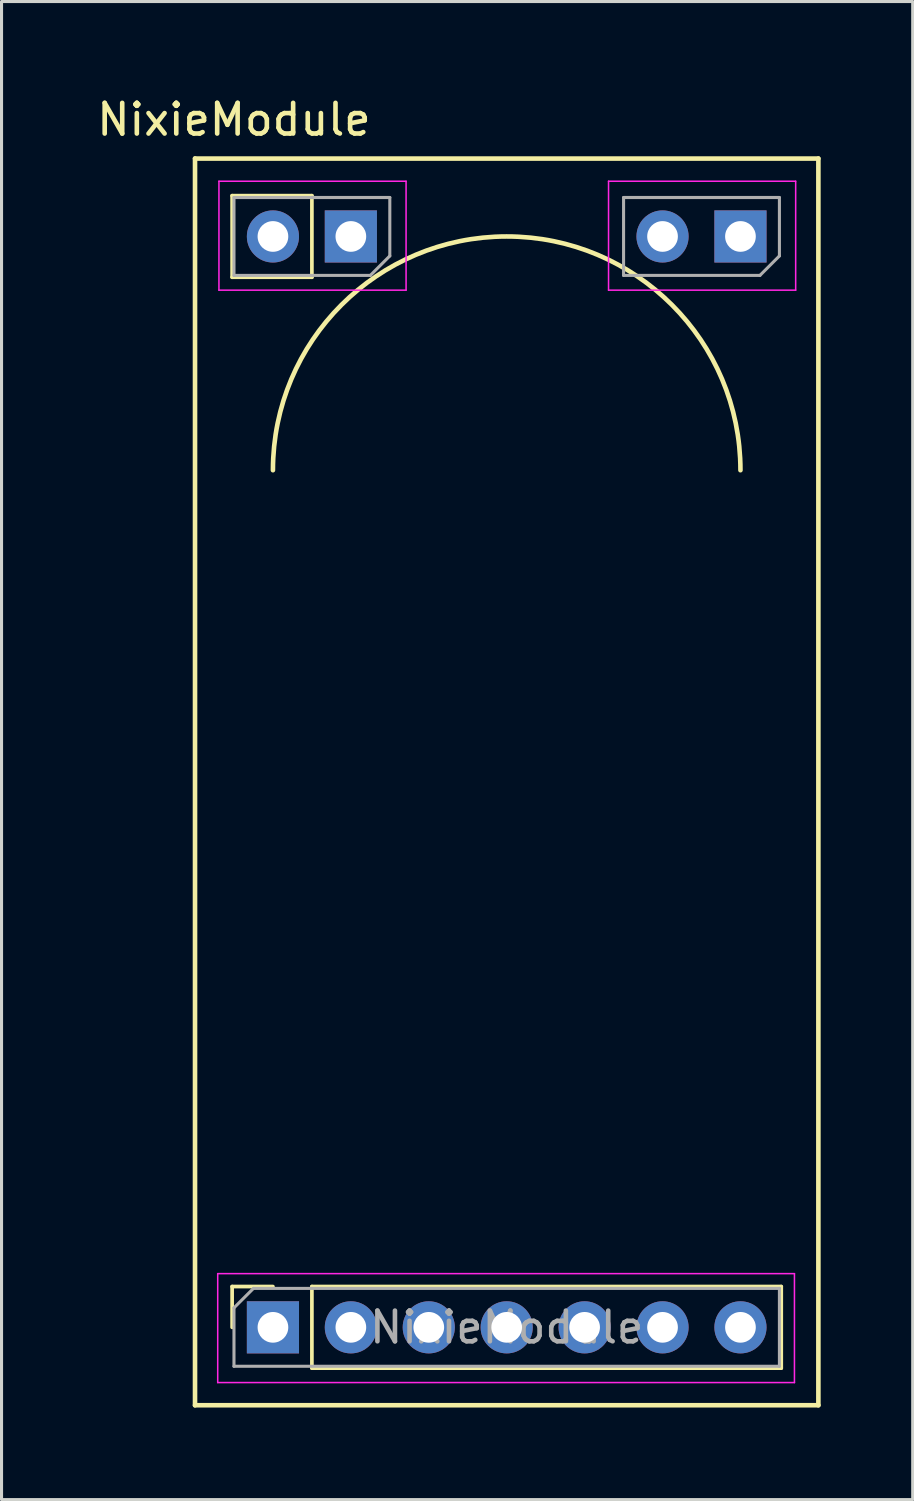
<source format=kicad_pcb>
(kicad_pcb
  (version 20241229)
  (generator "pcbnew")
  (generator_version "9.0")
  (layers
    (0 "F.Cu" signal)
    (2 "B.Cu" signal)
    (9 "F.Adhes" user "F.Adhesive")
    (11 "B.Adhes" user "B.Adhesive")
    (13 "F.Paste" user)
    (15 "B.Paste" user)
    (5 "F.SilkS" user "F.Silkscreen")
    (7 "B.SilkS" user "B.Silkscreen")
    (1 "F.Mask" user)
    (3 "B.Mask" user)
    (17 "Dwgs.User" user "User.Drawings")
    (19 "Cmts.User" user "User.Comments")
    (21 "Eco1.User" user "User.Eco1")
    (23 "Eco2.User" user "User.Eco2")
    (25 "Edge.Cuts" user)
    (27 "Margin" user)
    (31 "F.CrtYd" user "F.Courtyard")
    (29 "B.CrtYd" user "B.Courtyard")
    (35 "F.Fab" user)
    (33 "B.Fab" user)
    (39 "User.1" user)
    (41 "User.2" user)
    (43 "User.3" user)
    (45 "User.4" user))
  (footprint "NixieModule"
    (layer "F.Cu")
    (at 5.847 4.658)
    (property "Reference" "NixieModule" (at -1.27 -3.81 0) (layer "F.SilkS") (effects (font (size 1 1) (thickness 0.15))))
    (attr through_hole)
    (fp_line (start -2.54 -2.54) (end -2.54 38.1) (stroke (width 0.15) (type solid)) (layer "F.SilkS"))
    (fp_line (start -2.54 38.1) (end 17.78 38.1) (stroke (width 0.15) (type solid)) (layer "F.SilkS"))
    (fp_line (start -1.33 -1.33) (end -1.33 1.33) (stroke (width 0.12) (type solid)) (layer "F.SilkS"))
    (fp_line (start -1.33 34.23) (end 0 34.23) (stroke (width 0.12) (type solid)) (layer "F.SilkS"))
    (fp_line (start -1.33 35.56) (end -1.33 34.23) (stroke (width 0.12) (type solid)) (layer "F.SilkS"))
    (fp_line (start 1.27 -1.33) (end -1.33 -1.33) (stroke (width 0.12) (type solid)) (layer "F.SilkS"))
    (fp_line (start 1.27 -1.33) (end 1.27 1.33) (stroke (width 0.12) (type solid)) (layer "F.SilkS"))
    (fp_line (start 1.27 1.33) (end -1.33 1.33) (stroke (width 0.12) (type solid)) (layer "F.SilkS"))
    (fp_line (start 1.27 34.23) (end 16.57 34.23) (stroke (width 0.12) (type solid)) (layer "F.SilkS"))
    (fp_line (start 1.27 36.89) (end 1.27 34.23) (stroke (width 0.12) (type solid)) (layer "F.SilkS"))
    (fp_line (start 1.27 36.89) (end 16.57 36.89) (stroke (width 0.12) (type solid)) (layer "F.SilkS"))
    (fp_line (start 16.57 36.89) (end 16.57 34.23) (stroke (width 0.12) (type solid)) (layer "F.SilkS"))
    (fp_line (start 17.78 -2.54) (end -2.54 -2.54) (stroke (width 0.15) (type solid)) (layer "F.SilkS"))
    (fp_line (start 17.78 38.1) (end 17.78 -2.54) (stroke (width 0.15) (type solid)) (layer "F.SilkS"))
    (fp_arc (start 0 7.62) (mid 7.62 0) (end 15.24 7.62) (stroke (width 0.15) (type solid)) (layer "F.SilkS"))
    (fp_line (start -1.8 33.81) (end 17 33.81) (stroke (width 0.05) (type solid)) (layer "F.CrtYd"))
    (fp_line (start -1.8 37.36) (end -1.8 33.81) (stroke (width 0.05) (type solid)) (layer "F.CrtYd"))
    (fp_line (start -1.76 -1.8) (end 4.34 -1.8) (stroke (width 0.05) (type solid)) (layer "F.CrtYd"))
    (fp_line (start -1.76 1.75) (end -1.76 -1.8) (stroke (width 0.05) (type solid)) (layer "F.CrtYd"))
    (fp_line (start 4.34 -1.8) (end 4.34 1.75) (stroke (width 0.05) (type solid)) (layer "F.CrtYd"))
    (fp_line (start 4.34 1.75) (end -1.76 1.75) (stroke (width 0.05) (type solid)) (layer "F.CrtYd"))
    (fp_line (start 10.94 -1.8) (end 17.04 -1.8) (stroke (width 0.05) (type solid)) (layer "F.CrtYd"))
    (fp_line (start 10.94 1.75) (end 10.94 -1.8) (stroke (width 0.05) (type solid)) (layer "F.CrtYd"))
    (fp_line (start 17 33.81) (end 17 37.36) (stroke (width 0.05) (type solid)) (layer "F.CrtYd"))
    (fp_line (start 17 37.36) (end -1.8 37.36) (stroke (width 0.05) (type solid)) (layer "F.CrtYd"))
    (fp_line (start 17.04 -1.8) (end 17.04 1.75) (stroke (width 0.05) (type solid)) (layer "F.CrtYd"))
    (fp_line (start 17.04 1.75) (end 10.94 1.75) (stroke (width 0.05) (type solid)) (layer "F.CrtYd"))
    (fp_line (start -1.27 -1.27) (end 3.81 -1.27) (stroke (width 0.1) (type solid)) (layer "F.Fab"))
    (fp_line (start -1.27 1.27) (end -1.27 -1.27) (stroke (width 0.1) (type solid)) (layer "F.Fab"))
    (fp_line (start -1.27 34.925) (end -0.635 34.29) (stroke (width 0.1) (type solid)) (layer "F.Fab"))
    (fp_line (start -1.27 36.83) (end -1.27 34.925) (stroke (width 0.1) (type solid)) (layer "F.Fab"))
    (fp_line (start -0.635 34.29) (end 16.51 34.29) (stroke (width 0.1) (type solid)) (layer "F.Fab"))
    (fp_line (start 3.175 1.27) (end -1.27 1.27) (stroke (width 0.1) (type solid)) (layer "F.Fab"))
    (fp_line (start 3.81 -1.27) (end 3.81 0.635) (stroke (width 0.1) (type solid)) (layer "F.Fab"))
    (fp_line (start 3.81 0.635) (end 3.175 1.27) (stroke (width 0.1) (type solid)) (layer "F.Fab"))
    (fp_line (start 11.43 -1.27) (end 16.51 -1.27) (stroke (width 0.1) (type solid)) (layer "F.Fab"))
    (fp_line (start 11.43 1.27) (end 11.43 -1.27) (stroke (width 0.1) (type solid)) (layer "F.Fab"))
    (fp_line (start 15.875 1.27) (end 11.43 1.27) (stroke (width 0.1) (type solid)) (layer "F.Fab"))
    (fp_line (start 16.51 -1.27) (end 16.51 0.635) (stroke (width 0.1) (type solid)) (layer "F.Fab"))
    (fp_line (start 16.51 0.635) (end 15.875 1.27) (stroke (width 0.1) (type solid)) (layer "F.Fab"))
    (fp_line (start 16.51 34.29) (end 16.51 36.83) (stroke (width 0.1) (type solid)) (layer "F.Fab"))
    (fp_line (start 16.51 36.83) (end -1.27 36.83) (stroke (width 0.1) (type solid)) (layer "F.Fab"))
    (fp_text user "${REFERENCE}" (at 7.62 35.56 180) (layer "F.Fab") (effects (font (size 1 1) (thickness 0.15))))
    (pad "1" thru_hole rect (at 0 35.56 180) (size 1.7 1.7) (drill 1) (layers "*.Cu" "*.Mask"))
    (pad "2" thru_hole oval (at 2.54 35.56 90) (size 1.7 1.7) (drill 1) (layers "*.Cu" "*.Mask"))
    (pad "3" thru_hole oval (at 5.08 35.56 90) (size 1.7 1.7) (drill 1) (layers "*.Cu" "*.Mask"))
    (pad "4" thru_hole oval (at 7.62 35.56 90) (size 1.7 1.7) (drill 1) (layers "*.Cu" "*.Mask"))
    (pad "5" thru_hole oval (at 10.16 35.56 90) (size 1.7 1.7) (drill 1) (layers "*.Cu" "*.Mask"))
    (pad "6" thru_hole oval (at 12.7 35.56 90) (size 1.7 1.7) (drill 1) (layers "*.Cu" "*.Mask"))
    (pad "7" thru_hole oval (at 15.24 35.56 90) (size 1.7 1.7) (drill 1) (layers "*.Cu" "*.Mask"))
    (pad "8" thru_hole oval (at 0 0 270) (size 1.7 1.7) (drill 1) (layers "*.Cu" "*.Mask"))
    (pad "9" thru_hole rect (at 2.54 0 270) (size 1.7 1.7) (drill 1) (layers "*.Cu" "*.Mask"))
    (pad "10" thru_hole oval (at 12.7 0 270) (size 1.7 1.7) (drill 1) (layers "*.Cu" "*.Mask"))
    (pad "11" thru_hole rect (at 15.24 0 270) (size 1.7 1.7) (drill 1) (layers "*.Cu" "*.Mask")))
  (gr_rect
    (start -3 -3)
    (end 26.702 45.833)
    (stroke (width 0.1) (type default))
    (fill no)
    (layer "Edge.Cuts")))
</source>
